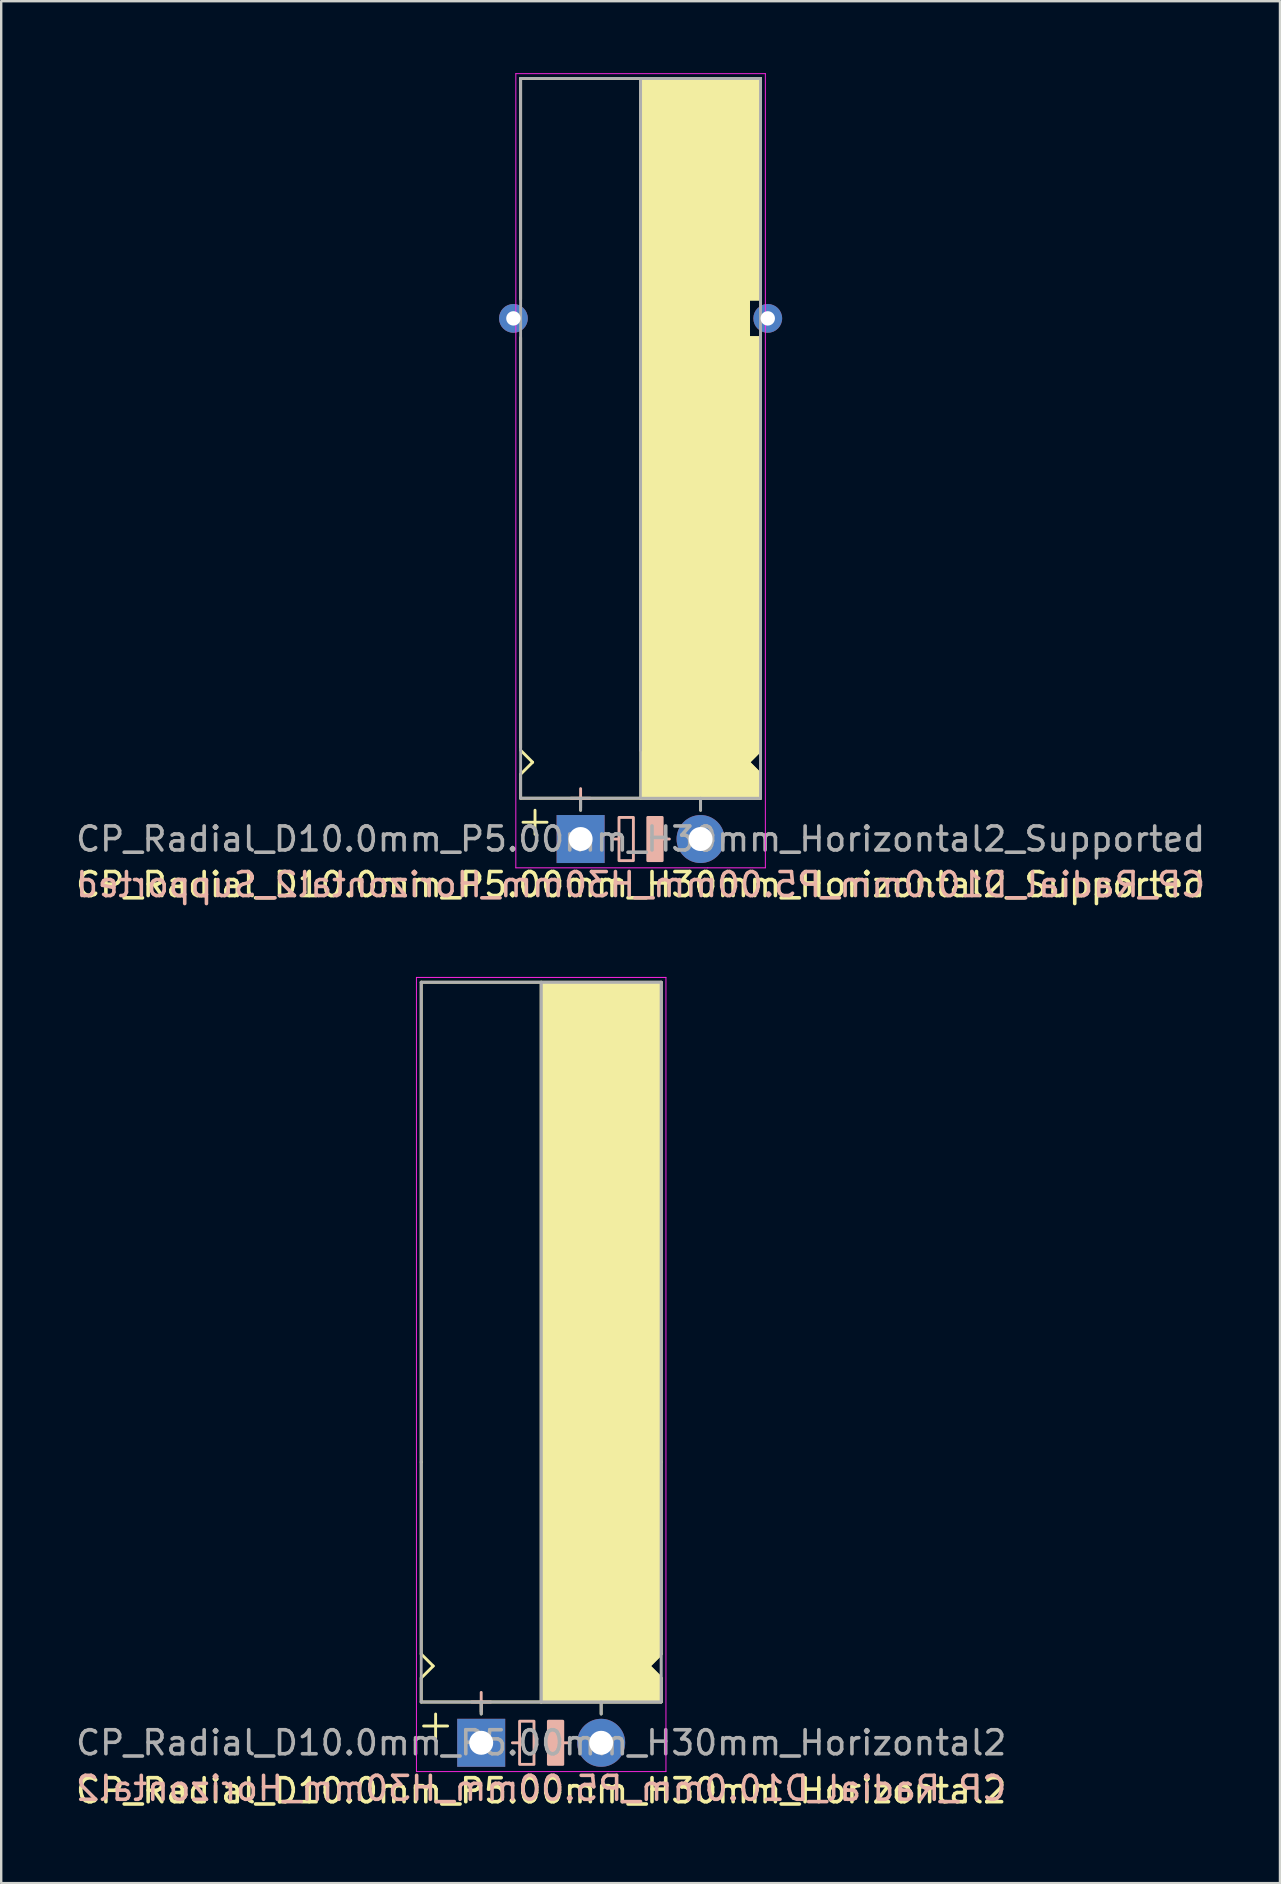
<source format=kicad_pcb>
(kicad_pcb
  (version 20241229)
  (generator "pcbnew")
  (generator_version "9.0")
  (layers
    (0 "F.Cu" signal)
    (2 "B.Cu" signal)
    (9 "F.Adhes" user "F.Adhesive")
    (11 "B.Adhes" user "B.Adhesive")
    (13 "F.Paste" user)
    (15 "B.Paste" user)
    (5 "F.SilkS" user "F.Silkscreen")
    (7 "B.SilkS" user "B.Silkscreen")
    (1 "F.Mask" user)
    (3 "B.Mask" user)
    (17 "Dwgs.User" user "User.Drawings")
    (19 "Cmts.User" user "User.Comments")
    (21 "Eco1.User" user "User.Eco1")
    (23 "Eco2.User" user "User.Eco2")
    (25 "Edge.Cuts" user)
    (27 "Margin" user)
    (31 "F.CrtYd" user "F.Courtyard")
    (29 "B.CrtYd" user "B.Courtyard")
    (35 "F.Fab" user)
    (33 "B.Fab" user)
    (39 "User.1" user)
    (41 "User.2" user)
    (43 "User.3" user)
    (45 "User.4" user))
  (footprint "CP_Radial_D10.0mm_P5.00mm_H30mm_Horizontal2_Supported"
    (layer "F.Cu")
    (at 21.149 31.92)
    (property "Reference" "CP_Radial_D10.0mm_P5.00mm_H30mm_Horizontal2_Supported" (at 2.5 1.9 0) (layer "F.SilkS") (effects (font (size 1 1) (thickness 0.15))))
    (fp_line (start -2.5 -31.7) (end 7.5 -31.7) (stroke (width 0.12) (type solid)) (layer "F.SilkS"))
    (fp_line (start -2.5 -22.5) (end -2.5 -31.7) (stroke (width 0.12) (type solid)) (layer "F.SilkS"))
    (fp_line (start -2.5 -3.8) (end -2.5 -20.9) (stroke (width 0.12) (type solid)) (layer "F.SilkS"))
    (fp_line (start -2.5 -2.7) (end -2 -3.2) (stroke (width 0.12) (type solid)) (layer "F.SilkS"))
    (fp_line (start -2.5 -1.7) (end -2.5 -2.7) (stroke (width 0.12) (type solid)) (layer "F.SilkS"))
    (fp_line (start -2 -3.2) (end -2.5 -3.7) (stroke (width 0.12) (type solid)) (layer "F.SilkS"))
    (fp_line (start -1.9 -1.2) (end -1.9 -0.2) (stroke (width 0.12) (type solid)) (layer "F.SilkS"))
    (fp_line (start -1.4 -0.7) (end -2.4 -0.7) (stroke (width 0.12) (type solid)) (layer "F.SilkS"))
    (fp_line (start 0 -1.7) (end 0 -1.2) (stroke (width 0.12) (type solid)) (layer "F.SilkS"))
    (fp_line (start 2.5 -31.7) (end 2.5 -3.7) (stroke (width 0.12) (type solid)) (layer "F.SilkS"))
    (fp_line (start 2.5 -1.7) (end -2.5 -1.7) (stroke (width 0.12) (type solid)) (layer "F.SilkS"))
    (fp_line (start 5 -1.7) (end 5 -1.2) (stroke (width 0.12) (type solid)) (layer "F.SilkS"))
    (fp_line (start 7 -22.5) (end 7 -21.9) (stroke (width 0.12) (type solid)) (layer "F.SilkS"))
    (fp_line (start 7 -21.9) (end 7 -20.9) (stroke (width 0.12) (type solid)) (layer "F.SilkS"))
    (fp_line (start 7 -20.9) (end 7.5 -20.9) (stroke (width 0.12) (type solid)) (layer "F.SilkS"))
    (fp_line (start 7 -3.2) (end 7.5 -3.7) (stroke (width 0.12) (type solid)) (layer "F.SilkS"))
    (fp_line (start 7.5 -22.5) (end 7 -22.5) (stroke (width 0.12) (type solid)) (layer "F.SilkS"))
    (fp_line (start 7.5 -22.5) (end 7.5 -31.7) (stroke (width 0.12) (type solid)) (layer "F.SilkS"))
    (fp_line (start 7.5 -4.7) (end 7.5 -20.9) (stroke (width 0.12) (type solid)) (layer "F.SilkS"))
    (fp_line (start 7.5 -2.7) (end 7 -3.2) (stroke (width 0.12) (type solid)) (layer "F.SilkS"))
    (fp_line (start 7.5 -1.7) (end 2.5 -1.7) (stroke (width 0.12) (type solid)) (layer "F.SilkS"))
    (fp_line (start 7.5 -1.7) (end 7.5 -2.7) (stroke (width 0.12) (type solid)) (layer "F.SilkS"))
    (fp_poly (pts (xy 7.5 -2.7) (xy 7 -3.2) (xy 7.5 -3.7) (xy 7.5 -20.9) (xy 7 -20.9) (xy 7 -22.5) (xy 7.5 -22.5) (xy 7.5 -31.7) (xy 2.5 -31.7) (xy 2.5 -1.7) (xy 7.5 -1.7)) (stroke (width 0.1) (type solid)) (fill yes) (layer "F.SilkS"))
    (fp_line (start 0 -2.1) (end 0 -1.3) (stroke (width 0.12) (type solid)) (layer "B.SilkS"))
    (fp_line (start 0.4 -1.7) (end -0.4 -1.7) (stroke (width 0.12) (type solid)) (layer "B.SilkS"))
    (fp_line (start 1.6 0) (end 1.3 0) (stroke (width 0.12) (type solid)) (layer "B.SilkS"))
    (fp_line (start 3.7 0) (end 3.4 0) (stroke (width 0.12) (type solid)) (layer "B.SilkS"))
    (fp_rect (start 2.2 -0.9) (end 1.6 0.9) (stroke (width 0.12) (type solid)) (fill no) (layer "B.SilkS"))
    (fp_rect (start 3.4 -0.9) (end 2.8 0.9) (stroke (width 0.12) (type solid)) (fill yes) (layer "B.SilkS"))
    (fp_line (start -2.7 -31.9) (end -2.7 1.2) (stroke (width 0.04) (type solid)) (layer "F.CrtYd"))
    (fp_line (start -2.7 1.2) (end 5.3 1.2) (stroke (width 0.04) (type solid)) (layer "F.CrtYd"))
    (fp_line (start 5.3 1.2) (end 7.7 1.2) (stroke (width 0.04) (type solid)) (layer "F.CrtYd"))
    (fp_line (start 7.7 -31.9) (end -2.7 -31.9) (stroke (width 0.04) (type solid)) (layer "F.CrtYd"))
    (fp_line (start 7.7 1.2) (end 7.7 -31.9) (stroke (width 0.04) (type solid)) (layer "F.CrtYd"))
    (fp_line (start -2.5 -31.7) (end 7.5 -31.7) (stroke (width 0.12) (type solid)) (layer "F.Fab"))
    (fp_line (start -2.5 -1.7) (end -2.5 -31.7) (stroke (width 0.12) (type solid)) (layer "F.Fab"))
    (fp_line (start 0 -1.7) (end 0 -1.2) (stroke (width 0.12) (type solid)) (layer "F.Fab"))
    (fp_line (start 2.5 -3.7) (end 2.5 -31.7) (stroke (width 0.12) (type solid)) (layer "F.Fab"))
    (fp_line (start 5 -1.7) (end 5 -1.2) (stroke (width 0.12) (type solid)) (layer "F.Fab"))
    (fp_line (start 7.5 -31.7) (end 7.5 -1.7) (stroke (width 0.12) (type solid)) (layer "F.Fab"))
    (fp_line (start 7.5 -1.7) (end -2.5 -1.7) (stroke (width 0.12) (type solid)) (layer "F.Fab"))
    (fp_poly (pts (xy 7.5 -31.7) (xy 2.5 -31.7) (xy 2.5 -1.7) (xy 7.5 -1.7)) (stroke (width 0.1) (type solid)) (fill no) (layer "F.Fab"))
    (fp_text user "${REFERENCE}" (at 2.5 1.9 0) (layer "B.SilkS") (effects (font (size 1 1) (thickness 0.15)) (justify mirror)))
    (fp_text user "${REFERENCE}" (at 2.5 0 0) (layer "F.Fab") (effects (font (size 1 1) (thickness 0.15))))
    (pad "1" thru_hole rect (at 0 0) (size 2 2) (drill 1) (layers "*.Cu" "*.Mask"))
    (pad "2" thru_hole circle (at 5 0) (size 2 2) (drill 1) (layers "*.Cu" "*.Mask"))
    (pad "~" thru_hole circle (at -2.8 -21.7 180) (size 1.2 1.2) (drill 0.6) (layers "*.Cu" "*.Mask"))
    (pad "~" thru_hole circle (at 7.8 -21.7 180) (size 1.2 1.2) (drill 0.6) (layers "*.Cu" "*.Mask")))
  (footprint "CP_Radial_D10.0mm_P5.00mm_H30mm_Horizontal2"
    (layer "F.Cu")
    (at 17.006 69.588)
    (property "Reference" "CP_Radial_D10.0mm_P5.00mm_H30mm_Horizontal2" (at 2.5 2 0) (layer "F.SilkS") (effects (font (size 1 1) (thickness 0.15))))
    (fp_line (start -2.5 -31.7) (end 7.5 -31.7) (stroke (width 0.12) (type solid)) (layer "F.SilkS"))
    (fp_line (start -2.5 -11.7) (end -2.5 -31.7) (stroke (width 0.12) (type solid)) (layer "F.SilkS"))
    (fp_line (start -2.5 -3.7) (end -2.5 -11.7) (stroke (width 0.12) (type solid)) (layer "F.SilkS"))
    (fp_line (start -2.5 -2.7) (end -2 -3.2) (stroke (width 0.12) (type solid)) (layer "F.SilkS"))
    (fp_line (start -2.5 -1.7) (end -2.5 -2.7) (stroke (width 0.12) (type solid)) (layer "F.SilkS"))
    (fp_line (start -2 -3.2) (end -2.5 -3.7) (stroke (width 0.12) (type solid)) (layer "F.SilkS"))
    (fp_line (start -1.9 -1.2) (end -1.9 -0.2) (stroke (width 0.12) (type solid)) (layer "F.SilkS"))
    (fp_line (start -1.4 -0.7) (end -2.4 -0.7) (stroke (width 0.12) (type solid)) (layer "F.SilkS"))
    (fp_line (start 0 -1.7) (end 0 -1.2) (stroke (width 0.12) (type solid)) (layer "F.SilkS"))
    (fp_line (start 2.5 -31.7) (end 2.5 -1.7) (stroke (width 0.12) (type solid)) (layer "F.SilkS"))
    (fp_line (start 2.5 -1.7) (end -2.5 -1.7) (stroke (width 0.12) (type solid)) (layer "F.SilkS"))
    (fp_line (start 5 -1.7) (end 5 -1.2) (stroke (width 0.12) (type solid)) (layer "F.SilkS"))
    (fp_line (start 7 -3.2) (end 7.5 -3.7) (stroke (width 0.12) (type solid)) (layer "F.SilkS"))
    (fp_line (start 7.5 -11.7) (end 7.5 -31.7) (stroke (width 0.12) (type solid)) (layer "F.SilkS"))
    (fp_line (start 7.5 -3.7) (end 7.5 -11.7) (stroke (width 0.12) (type solid)) (layer "F.SilkS"))
    (fp_line (start 7.5 -2.7) (end 7 -3.2) (stroke (width 0.12) (type solid)) (layer "F.SilkS"))
    (fp_line (start 7.5 -1.7) (end 2.5 -1.7) (stroke (width 0.12) (type solid)) (layer "F.SilkS"))
    (fp_line (start 7.5 -1.7) (end 7.5 -2.7) (stroke (width 0.12) (type solid)) (layer "F.SilkS"))
    (fp_poly (pts (xy 7.5 -2.7) (xy 7 -3.2) (xy 7.5 -3.7) (xy 7.5 -31.7) (xy 2.5 -31.7) (xy 2.5 -1.7) (xy 7.5 -1.7)) (stroke (width 0.1) (type solid)) (fill yes) (layer "F.SilkS"))
    (fp_line (start 0 -2.1) (end 0 -1.3) (stroke (width 0.12) (type solid)) (layer "B.SilkS"))
    (fp_line (start 0.4 -1.7) (end -0.4 -1.7) (stroke (width 0.12) (type solid)) (layer "B.SilkS"))
    (fp_line (start 1.6 0) (end 1.3 0) (stroke (width 0.12) (type solid)) (layer "B.SilkS"))
    (fp_line (start 3.7 0) (end 3.4 0) (stroke (width 0.12) (type solid)) (layer "B.SilkS"))
    (fp_rect (start 2.2 -0.9) (end 1.6 0.9) (stroke (width 0.12) (type solid)) (fill no) (layer "B.SilkS"))
    (fp_rect (start 3.4 -0.9) (end 2.8 0.9) (stroke (width 0.12) (type solid)) (fill yes) (layer "B.SilkS"))
    (fp_line (start -2.7 -31.9) (end -2.7 1.2) (stroke (width 0.04) (type solid)) (layer "F.CrtYd"))
    (fp_line (start -2.7 1.2) (end 5.3 1.2) (stroke (width 0.04) (type solid)) (layer "F.CrtYd"))
    (fp_line (start 5.3 1.2) (end 7.7 1.2) (stroke (width 0.04) (type solid)) (layer "F.CrtYd"))
    (fp_line (start 7.7 -31.9) (end -2.7 -31.9) (stroke (width 0.04) (type solid)) (layer "F.CrtYd"))
    (fp_line (start 7.7 1.2) (end 7.7 -31.9) (stroke (width 0.04) (type solid)) (layer "F.CrtYd"))
    (fp_line (start -2.5 -31.7) (end 7.5 -31.7) (stroke (width 0.12) (type solid)) (layer "F.Fab"))
    (fp_line (start -2.5 -1.7) (end -2.5 -31.7) (stroke (width 0.12) (type solid)) (layer "F.Fab"))
    (fp_line (start 0 -1.7) (end 0 -1.2) (stroke (width 0.12) (type solid)) (layer "F.Fab"))
    (fp_line (start 2.5 -1.7) (end 2.5 -31.7) (stroke (width 0.12) (type solid)) (layer "F.Fab"))
    (fp_line (start 5 -1.7) (end 5 -1.2) (stroke (width 0.12) (type solid)) (layer "F.Fab"))
    (fp_line (start 7.5 -31.7) (end 7.5 -1.7) (stroke (width 0.12) (type solid)) (layer "F.Fab"))
    (fp_line (start 7.5 -1.7) (end -2.5 -1.7) (stroke (width 0.12) (type solid)) (layer "F.Fab"))
    (fp_poly (pts (xy 7.5 -31.7) (xy 2.5 -31.7) (xy 2.5 -1.7) (xy 7.5 -1.7)) (stroke (width 0.1) (type solid)) (fill no) (layer "F.Fab"))
    (fp_text user "${REFERENCE}" (at 2.5 1.9 0) (layer "B.SilkS") (effects (font (size 1 1) (thickness 0.15)) (justify mirror)))
    (fp_text user "${REFERENCE}" (at 2.5 0 0) (layer "F.Fab") (effects (font (size 1 1) (thickness 0.15))))
    (pad "1" thru_hole rect (at 0 0) (size 2 2) (drill 1) (layers "*.Cu" "*.Mask"))
    (pad "2" thru_hole circle (at 5 0) (size 2 2) (drill 1) (layers "*.Cu" "*.Mask")))
  (gr_rect
    (start -3 -3)
    (end 50.298 75.436)
    (stroke (width 0.1) (type default))
    (fill no)
    (layer "Edge.Cuts")))
</source>
